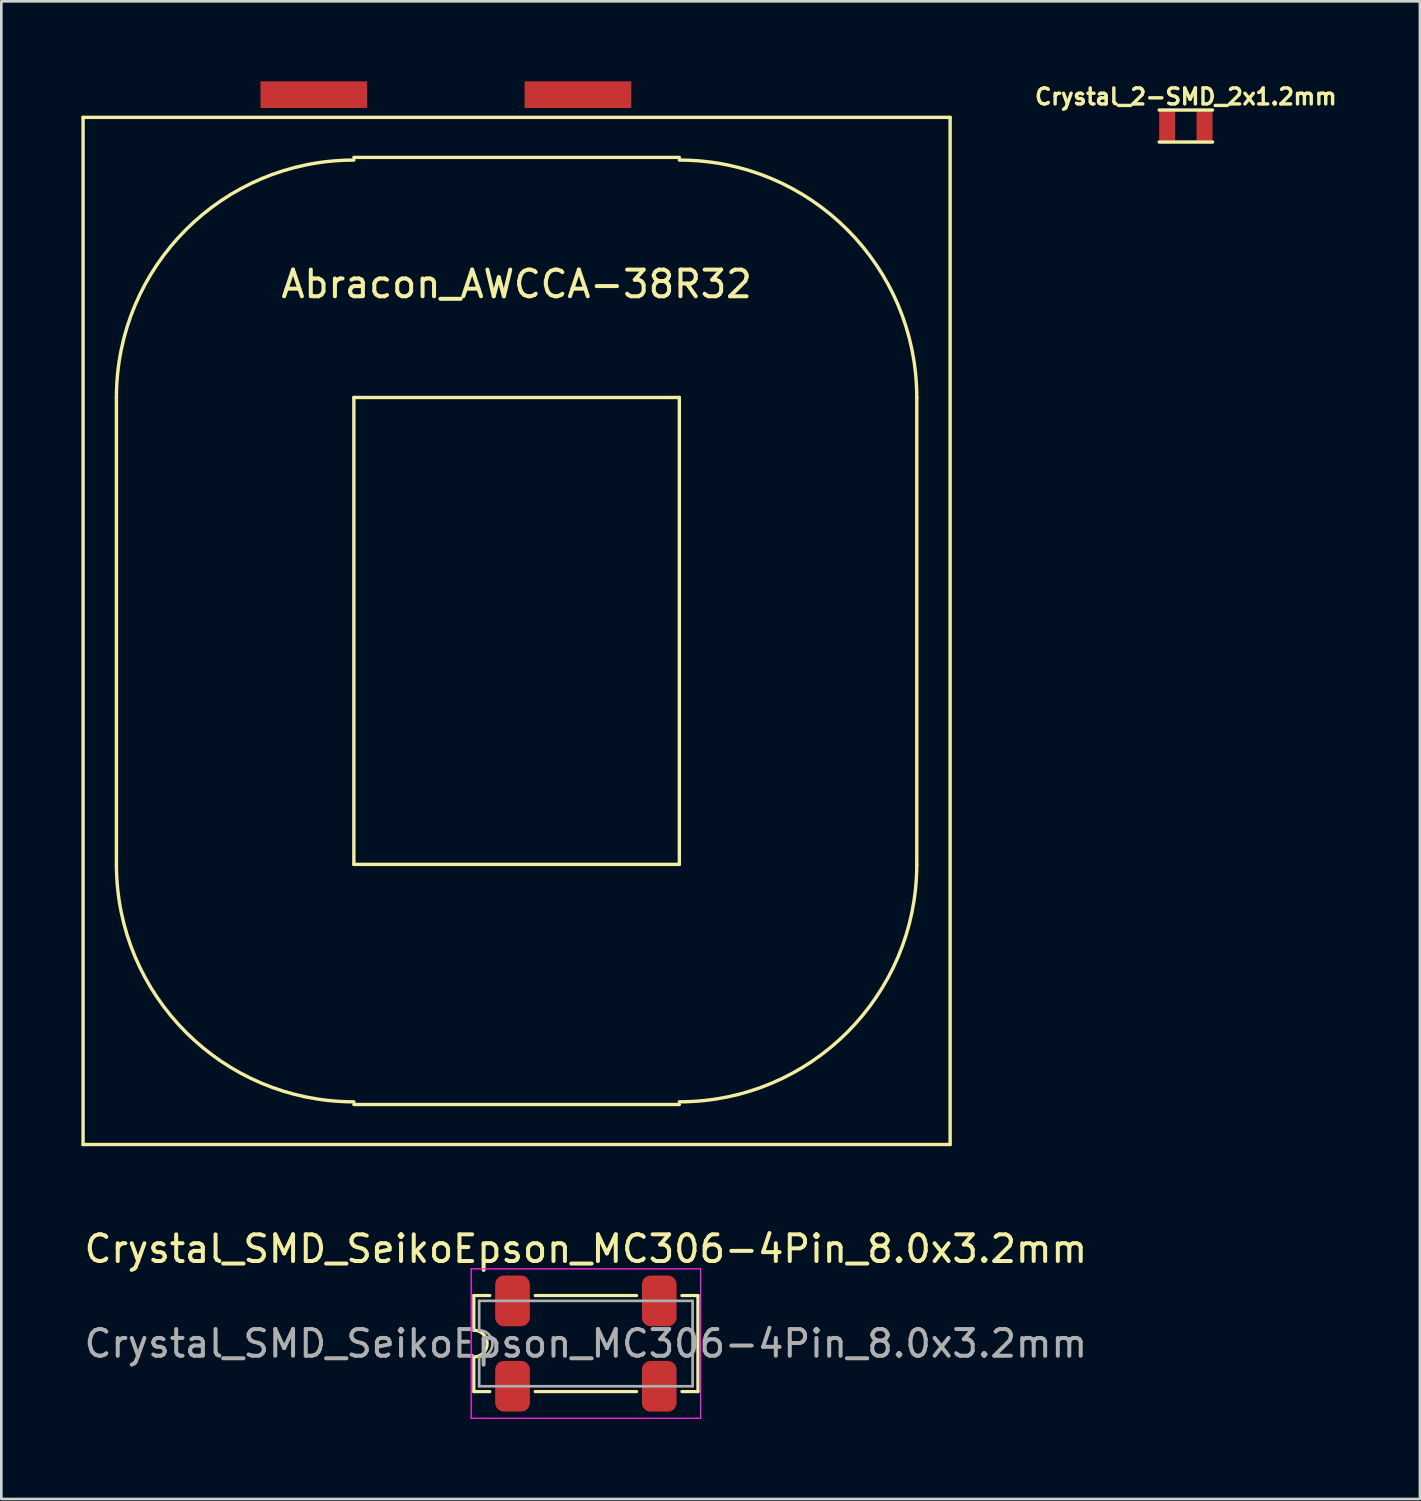
<source format=kicad_pcb>
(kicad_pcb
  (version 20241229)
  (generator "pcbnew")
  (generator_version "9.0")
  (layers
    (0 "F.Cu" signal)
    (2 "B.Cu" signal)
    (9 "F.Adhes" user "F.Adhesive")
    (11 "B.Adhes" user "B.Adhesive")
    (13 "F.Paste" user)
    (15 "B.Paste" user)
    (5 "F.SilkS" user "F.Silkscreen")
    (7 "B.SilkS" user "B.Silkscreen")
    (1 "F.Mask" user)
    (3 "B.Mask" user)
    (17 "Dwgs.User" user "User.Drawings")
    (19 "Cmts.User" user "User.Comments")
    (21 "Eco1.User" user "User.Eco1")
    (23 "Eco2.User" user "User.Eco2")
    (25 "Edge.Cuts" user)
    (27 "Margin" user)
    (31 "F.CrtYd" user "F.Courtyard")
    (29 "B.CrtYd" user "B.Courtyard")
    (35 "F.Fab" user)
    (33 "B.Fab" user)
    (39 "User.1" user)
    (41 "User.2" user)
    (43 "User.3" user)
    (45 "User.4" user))
  (footprint "Abracon_AWCCA-38R32"
    (layer "F.Cu")
    (at 16.314 20.6)
    (property "Reference" "Abracon_AWCCA-38R32" (at 0 -13 0) (layer "F.SilkS") (effects (font (size 1 1) (thickness 0.15))))
    (attr through_hole)
    (fp_line (start -16.25 -19.25) (end -16.25 19.25) (stroke (width 0.127) (type solid)) (layer "F.SilkS"))
    (fp_line (start -16.25 19.25) (end 16.25 19.25) (stroke (width 0.127) (type solid)) (layer "F.SilkS"))
    (fp_line (start -15 -8.75) (end -15 8.75) (stroke (width 0.127) (type solid)) (layer "F.SilkS"))
    (fp_line (start -6.1 -17.75) (end 6.1 -17.75) (stroke (width 0.127) (type solid)) (layer "F.SilkS"))
    (fp_line (start -6.1 -8.75) (end -6.1 8.75) (stroke (width 0.127) (type solid)) (layer "F.SilkS"))
    (fp_line (start -6.1 8.75) (end 6.1 8.75) (stroke (width 0.127) (type solid)) (layer "F.SilkS"))
    (fp_line (start -6.1 17.75) (end 6.1 17.75) (stroke (width 0.127) (type solid)) (layer "F.SilkS"))
    (fp_line (start 6.1 -8.75) (end -6.1 -8.75) (stroke (width 0.127) (type solid)) (layer "F.SilkS"))
    (fp_line (start 6.1 8.75) (end 6.1 -8.75) (stroke (width 0.127) (type solid)) (layer "F.SilkS"))
    (fp_line (start 15 -8.75) (end 15 8.75) (stroke (width 0.127) (type solid)) (layer "F.SilkS"))
    (fp_line (start 16.25 -19.25) (end -16.25 -19.25) (stroke (width 0.127) (type solid)) (layer "F.SilkS"))
    (fp_line (start 16.25 19.25) (end 16.25 -19.25) (stroke (width 0.127) (type solid)) (layer "F.SilkS"))
    (fp_arc (start -15 -8.75) (mid -12.39325 -15.04325) (end -6.1 -17.65) (stroke (width 0.127) (type solid)) (layer "F.SilkS"))
    (fp_arc (start -6.1 17.65) (mid -12.39325 15.04325) (end -15 8.75) (stroke (width 0.127) (type solid)) (layer "F.SilkS"))
    (fp_arc (start 6.1 -17.65) (mid 12.39325 -15.04325) (end 15 -8.75) (stroke (width 0.127) (type solid)) (layer "F.SilkS"))
    (fp_arc (start 15 8.75) (mid 12.39325 15.04325) (end 6.1 17.65) (stroke (width 0.127) (type solid)) (layer "F.SilkS"))
    (pad "1" connect rect (at 2.3 -20.1) (size 4 1) (layers "F.Cu" "F.Mask"))
    (pad "2" connect rect (at -7.6 -20.1) (size 4 1) (layers "F.Cu" "F.Mask")))
  (footprint "Crystal_SMD_SeikoEpson_MC306-4Pin_8.0x3.2mm"
    (layer "F.Cu")
    (at 18.911 47.312)
    (property "Reference" "Crystal_SMD_SeikoEpson_MC306-4Pin_8.0x3.2mm" (at 0 -3.55 0) (layer "F.SilkS") (effects (font (size 1 1) (thickness 0.15))))
    (attr smd)
    (fp_line (start -4.2 -1.8) (end -3.6 -1.8) (stroke (width 0.12) (type solid)) (layer "F.SilkS"))
    (fp_line (start -4.2 -0.5) (end -4.2 -1.8) (stroke (width 0.12) (type solid)) (layer "F.SilkS"))
    (fp_line (start -4.2 1.8) (end -4.2 0.5) (stroke (width 0.12) (type solid)) (layer "F.SilkS"))
    (fp_line (start -4.2 1.8) (end -3.6 1.8) (stroke (width 0.12) (type solid)) (layer "F.SilkS"))
    (fp_line (start -1.9 -1.8) (end 1.9 -1.8) (stroke (width 0.12) (type solid)) (layer "F.SilkS"))
    (fp_line (start 1.9 1.8) (end -1.9 1.8) (stroke (width 0.12) (type solid)) (layer "F.SilkS"))
    (fp_line (start 3.6 -1.8) (end 4.2 -1.8) (stroke (width 0.12) (type solid)) (layer "F.SilkS"))
    (fp_line (start 4.2 -1.8) (end 4.2 1.8) (stroke (width 0.12) (type solid)) (layer "F.SilkS"))
    (fp_line (start 4.2 1.8) (end 3.6 1.8) (stroke (width 0.12) (type solid)) (layer "F.SilkS"))
    (fp_arc (start -4.2 -0.5) (mid -3.7 0) (end -4.2 0.5) (stroke (width 0.12) (type solid)) (layer "F.SilkS"))
    (fp_line (start -4.3 -2.8) (end -4.3 2.8) (stroke (width 0.05) (type solid)) (layer "F.CrtYd"))
    (fp_line (start -4.3 2.8) (end 4.3 2.8) (stroke (width 0.05) (type solid)) (layer "F.CrtYd"))
    (fp_line (start 4.3 -2.8) (end -4.3 -2.8) (stroke (width 0.05) (type solid)) (layer "F.CrtYd"))
    (fp_line (start 4.3 2.8) (end 4.3 -2.8) (stroke (width 0.05) (type solid)) (layer "F.CrtYd"))
    (fp_line (start -4 -1.6) (end 4 -1.6) (stroke (width 0.1) (type solid)) (layer "F.Fab"))
    (fp_line (start -4 -0.5) (end -4 -1.6) (stroke (width 0.1) (type solid)) (layer "F.Fab"))
    (fp_line (start -4 1.6) (end -4 0.5) (stroke (width 0.1) (type solid)) (layer "F.Fab"))
    (fp_line (start 4 -1.6) (end 4 1.6) (stroke (width 0.1) (type solid)) (layer "F.Fab"))
    (fp_line (start 4 1.6) (end -4 1.6) (stroke (width 0.1) (type solid)) (layer "F.Fab"))
    (fp_arc (start -4 -0.5) (mid -3.5 0) (end -4 0.5) (stroke (width 0.1) (type solid)) (layer "F.Fab"))
    (fp_text user "${REFERENCE}" (at 0 0 0) (layer "F.Fab") (effects (font (size 1 1) (thickness 0.15))))
    (pad "1" smd roundrect (at -2.75 1.6) (size 1.3 1.9) (layers "F.Cu" "F.Mask" "F.Paste") (roundrect_rratio 0.25))
    (pad "2" smd roundrect (at 2.75 1.6) (size 1.3 1.9) (layers "F.Cu" "F.Mask" "F.Paste") (roundrect_rratio 0.25))
    (pad "3" smd roundrect (at 2.75 -1.6) (size 1.3 1.9) (layers "F.Cu" "F.Mask" "F.Paste") (roundrect_rratio 0.25))
    (pad "4" smd roundrect (at -2.75 -1.6) (size 1.3 1.9) (layers "F.Cu" "F.Mask" "F.Paste") (roundrect_rratio 0.25)))
  (footprint "Crystal_2-SMD_2x1.2mm"
    (layer "F.Cu")
    (at 41.4 1.674)
    (property "Reference" "Crystal_2-SMD_2x1.2mm" (at 0 -1.1 0) (layer "F.SilkS") (effects (font (size 0.6 0.6) (thickness 0.127))))
    (attr smd)
    (fp_line (start -1 -0.6) (end 1 -0.6) (stroke (width 0.127) (type solid)) (layer "F.SilkS"))
    (fp_line (start 1 0.6) (end -1 0.6) (stroke (width 0.127) (type solid)) (layer "F.SilkS"))
    (pad "1" smd rect (at -0.7 0) (size 0.6 1.1) (layers "F.Cu" "F.Mask" "F.Paste"))
    (pad "2" smd rect (at 0.7 0) (size 0.6 1.1) (layers "F.Cu" "F.Mask" "F.Paste")))
  (gr_rect
    (start -3 -3)
    (end 50.174 53.137)
    (stroke (width 0.1) (type default))
    (fill no)
    (layer "Edge.Cuts")))
</source>
